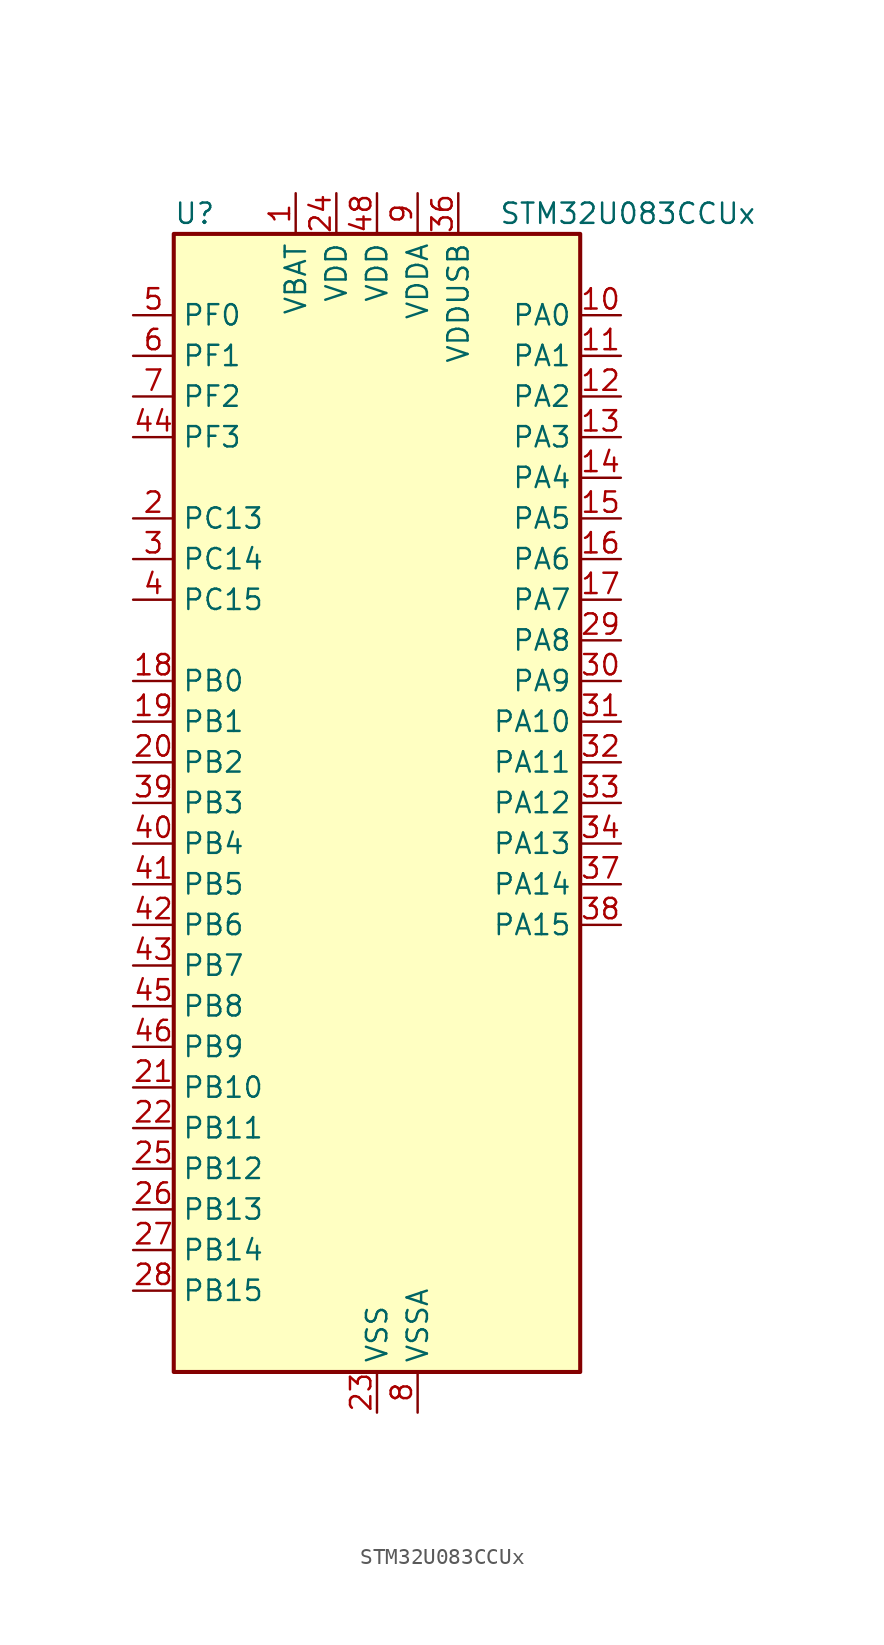
<source format=kicad_sym>
(kicad_symbol_lib
  (version 20241209)
  (generator "kicad_symbol_editor")
  (generator_version "9.0")
  (symbol "STM32U083CCUx"
    (property "Reference" "U"
      (at -12.7 36.83 0)
      (effects (font (size 1.27 1.27)) (justify left)))
    (property "Value" "STM32U083CCUx"
      (at 7.62 36.83 0)
      (effects (font (size 1.27 1.27)) (justify left)))
    (symbol "STM32U083CCUx_0_1"
      (rectangle (start -12.7 -35.56) (end 12.7 35.56) (stroke (width 0.254) (type default)) (fill (type background))))
    (symbol "STM32U083CCUx_1_1"
      (pin bidirectional line (at -15.24 30.48 0) (length 2.54) (name "PF0" (effects (font (size 1.27 1.27)))) (number "5" (effects (font (size 1.27 1.27)))) (alternate "RCC_OSC_IN" bidirectional line))
      (pin bidirectional line (at -15.24 27.94 0) (length 2.54) (name "PF1" (effects (font (size 1.27 1.27)))) (number "6" (effects (font (size 1.27 1.27)))) (alternate "RCC_OSC_EN" bidirectional line) (alternate "RCC_OSC_OUT" bidirectional line))
      (pin bidirectional line (at -15.24 25.4 0) (length 2.54) (name "PF2" (effects (font (size 1.27 1.27)))) (number "7" (effects (font (size 1.27 1.27)))) (alternate "RCC_MCO" bidirectional line))
      (pin bidirectional line (at -15.24 22.86 0) (length 2.54) (name "PF3" (effects (font (size 1.27 1.27)))) (number "44" (effects (font (size 1.27 1.27)))))
      (pin bidirectional line (at -15.24 17.78 0) (length 2.54) (name "PC13" (effects (font (size 1.27 1.27)))) (number "2" (effects (font (size 1.27 1.27)))) (alternate "LPTIM1_CH3" bidirectional line) (alternate "LPTIM3_CH3" bidirectional line) (alternate "PWR_WKUP2" bidirectional line) (alternate "RTC_OUT1" bidirectional line) (alternate "RTC_TS" bidirectional line) (alternate "TAMP_IN1" bidirectional line))
      (pin bidirectional line (at -15.24 15.24 0) (length 2.54) (name "PC14" (effects (font (size 1.27 1.27)))) (number "3" (effects (font (size 1.27 1.27)))) (alternate "RCC_OSC32_IN" bidirectional line))
      (pin bidirectional line (at -15.24 12.7 0) (length 2.54) (name "PC15" (effects (font (size 1.27 1.27)))) (number "4" (effects (font (size 1.27 1.27)))) (alternate "RCC_OSC32_EN" bidirectional line) (alternate "RCC_OSC32_OUT" bidirectional line) (alternate "RCC_OSC_EN" bidirectional line))
      (pin bidirectional line (at -15.24 7.62 0) (length 2.54) (name "PB0" (effects (font (size 1.27 1.27)))) (number "18" (effects (font (size 1.27 1.27)))) (alternate "ADC1_IN17" bidirectional line) (alternate "COMP1_OUT" bidirectional line) (alternate "LCD_SEG5" bidirectional line) (alternate "LPTIM3_CH1" bidirectional line) (alternate "LPUART2_CTS" bidirectional line) (alternate "SPI1_NSS" bidirectional line) (alternate "TIM1_CH2N" bidirectional line) (alternate "TIM3_CH3" bidirectional line) (alternate "TSC_G5_IO2" bidirectional line) (alternate "USART3_CK" bidirectional line))
      (pin bidirectional line (at -15.24 5.08 0) (length 2.54) (name "PB1" (effects (font (size 1.27 1.27)))) (number "19" (effects (font (size 1.27 1.27)))) (alternate "ADC1_IN18" bidirectional line) (alternate "COMP1_INM" bidirectional line) (alternate "LCD_SEG6" bidirectional line) (alternate "LPTIM2_IN1" bidirectional line) (alternate "LPTIM3_CH2" bidirectional line) (alternate "LPUART1_DE" bidirectional line) (alternate "LPUART1_RTS" bidirectional line) (alternate "LPUART2_DE" bidirectional line) (alternate "LPUART2_RTS" bidirectional line) (alternate "TIM1_CH3N" bidirectional line) (alternate "TIM3_CH4" bidirectional line) (alternate "TSC_SYNC" bidirectional line) (alternate "USART3_DE" bidirectional line) (alternate "USART3_RTS" bidirectional line))
      (pin bidirectional line (at -15.24 2.54 0) (length 2.54) (name "PB2" (effects (font (size 1.27 1.27)))) (number "20" (effects (font (size 1.27 1.27)))) (alternate "COMP1_INP" bidirectional line) (alternate "LCD_VLCD" bidirectional line) (alternate "LPTIM1_CH1" bidirectional line) (alternate "RTC_OUT2" bidirectional line))
      (pin bidirectional line (at -15.24 0 0) (length 2.54) (name "PB3" (effects (font (size 1.27 1.27)))) (number "39" (effects (font (size 1.27 1.27)))) (alternate "COMP2_INM" bidirectional line) (alternate "DEBUG_JTDO-SWO" bidirectional line) (alternate "I2C2_SCL" bidirectional line) (alternate "I2C3_SCL" bidirectional line) (alternate "LCD_SEG7" bidirectional line) (alternate "LPTIM1_CH3" bidirectional line) (alternate "SPI1_SCK" bidirectional line) (alternate "SPI3_SCK" bidirectional line) (alternate "TIM2_CH2" bidirectional line) (alternate "USART1_DE" bidirectional line) (alternate "USART1_RTS" bidirectional line))
      (pin bidirectional line (at -15.24 -2.54 0) (length 2.54) (name "PB4" (effects (font (size 1.27 1.27)))) (number "40" (effects (font (size 1.27 1.27)))) (alternate "COMP2_INP" bidirectional line) (alternate "I2C2_SDA" bidirectional line) (alternate "I2C3_SDA" bidirectional line) (alternate "LCD_SEG8" bidirectional line) (alternate "LPTIM1_CH4" bidirectional line) (alternate "LPUART3_DE" bidirectional line) (alternate "LPUART3_RTS" bidirectional line) (alternate "SPI1_MISO" bidirectional line) (alternate "SPI3_MISO" bidirectional line) (alternate "TIM3_CH1" bidirectional line) (alternate "TSC_G2_IO1" bidirectional line) (alternate "USART1_CTS" bidirectional line))
      (pin bidirectional line (at -15.24 -5.08 0) (length 2.54) (name "PB5" (effects (font (size 1.27 1.27)))) (number "41" (effects (font (size 1.27 1.27)))) (alternate "COMP2_OUT" bidirectional line) (alternate "LCD_SEG9" bidirectional line) (alternate "LPTIM1_IN1" bidirectional line) (alternate "LPUART3_CTS" bidirectional line) (alternate "SPI1_MOSI" bidirectional line) (alternate "SPI3_MOSI" bidirectional line) (alternate "TIM16_BKIN" bidirectional line) (alternate "TIM3_CH2" bidirectional line) (alternate "TSC_G2_IO2" bidirectional line) (alternate "USART1_CK" bidirectional line))
      (pin bidirectional line (at -15.24 -7.62 0) (length 2.54) (name "PB6" (effects (font (size 1.27 1.27)))) (number "42" (effects (font (size 1.27 1.27)))) (alternate "COMP2_INP" bidirectional line) (alternate "I2C1_SCL" bidirectional line) (alternate "I2C2_SCL" bidirectional line) (alternate "I2C4_SCL" bidirectional line) (alternate "LPTIM1_ETR" bidirectional line) (alternate "LPUART2_TX" bidirectional line) (alternate "LPUART3_TX" bidirectional line) (alternate "TIM16_CH1N" bidirectional line) (alternate "TSC_G2_IO3" bidirectional line) (alternate "USART1_TX" bidirectional line))
      (pin bidirectional line (at -15.24 -10.16 0) (length 2.54) (name "PB7" (effects (font (size 1.27 1.27)))) (number "43" (effects (font (size 1.27 1.27)))) (alternate "COMP2_INM" bidirectional line) (alternate "I2C1_SDA" bidirectional line) (alternate "I2C2_SDA" bidirectional line) (alternate "I2C4_SDA" bidirectional line) (alternate "LCD_SEG21" bidirectional line) (alternate "LPTIM1_IN2" bidirectional line) (alternate "LPUART2_RX" bidirectional line) (alternate "LPUART3_RX" bidirectional line) (alternate "PWR_PVD_IN" bidirectional line) (alternate "TSC_G2_IO4" bidirectional line) (alternate "USART1_RX" bidirectional line) (alternate "USART4_CTS" bidirectional line))
      (pin bidirectional line (at -15.24 -12.7 0) (length 2.54) (name "PB8" (effects (font (size 1.27 1.27)))) (number "45" (effects (font (size 1.27 1.27)))) (alternate "I2C1_SCL" bidirectional line) (alternate "I2C2_SCL" bidirectional line) (alternate "LCD_SEG16" bidirectional line) (alternate "LPTIM1_IN2" bidirectional line) (alternate "LPTIM3_IN2" bidirectional line) (alternate "TIM16_CH1" bidirectional line) (alternate "USART3_TX" bidirectional line))
      (pin bidirectional line (at -15.24 -15.24 0) (length 2.54) (name "PB9" (effects (font (size 1.27 1.27)))) (number "46" (effects (font (size 1.27 1.27)))) (alternate "DAC1_EXTI9" bidirectional line) (alternate "I2C1_SDA" bidirectional line) (alternate "I2C2_SDA" bidirectional line) (alternate "IR_OUT" bidirectional line) (alternate "LCD_COM3" bidirectional line) (alternate "LPTIM1_CH4" bidirectional line) (alternate "LPTIM3_CH4" bidirectional line) (alternate "SPI2_NSS" bidirectional line) (alternate "USART3_RX" bidirectional line))
      (pin bidirectional line (at -15.24 -17.78 0) (length 2.54) (name "PB10" (effects (font (size 1.27 1.27)))) (number "21" (effects (font (size 1.27 1.27)))) (alternate "COMP1_OUT" bidirectional line) (alternate "I2C2_SCL" bidirectional line) (alternate "I2C4_SCL" bidirectional line) (alternate "LCD_SEG10" bidirectional line) (alternate "LPTIM3_CH1" bidirectional line) (alternate "LPUART1_RX" bidirectional line) (alternate "LPUART2_RX" bidirectional line) (alternate "SPI2_SCK" bidirectional line) (alternate "TIM2_CH3" bidirectional line) (alternate "TSC_G5_IO3" bidirectional line) (alternate "USART3_TX" bidirectional line))
      (pin bidirectional line (at -15.24 -20.32 0) (length 2.54) (name "PB11" (effects (font (size 1.27 1.27)))) (number "22" (effects (font (size 1.27 1.27)))) (alternate "ADC1_EXTI11" bidirectional line) (alternate "COMP2_OUT" bidirectional line) (alternate "I2C2_SDA" bidirectional line) (alternate "I2C4_SDA" bidirectional line) (alternate "LCD_SEG11" bidirectional line) (alternate "LPUART1_TX" bidirectional line) (alternate "LPUART2_TX" bidirectional line) (alternate "TIM2_CH4" bidirectional line) (alternate "TSC_G5_IO4" bidirectional line) (alternate "USART3_RX" bidirectional line))
      (pin bidirectional line (at -15.24 -22.86 0) (length 2.54) (name "PB12" (effects (font (size 1.27 1.27)))) (number "25" (effects (font (size 1.27 1.27)))) (alternate "LCD_SEG12" bidirectional line) (alternate "LPUART1_DE" bidirectional line) (alternate "LPUART1_RTS" bidirectional line) (alternate "SPI2_NSS" bidirectional line) (alternate "TIM15_BKIN" bidirectional line) (alternate "TIM1_BKIN" bidirectional line) (alternate "TSC_G1_IO1" bidirectional line) (alternate "USART3_CK" bidirectional line))
      (pin bidirectional line (at -15.24 -25.4 0) (length 2.54) (name "PB13" (effects (font (size 1.27 1.27)))) (number "26" (effects (font (size 1.27 1.27)))) (alternate "I2C2_SCL" bidirectional line) (alternate "LCD_SEG13" bidirectional line) (alternate "LPTIM3_IN1" bidirectional line) (alternate "LPUART1_CTS" bidirectional line) (alternate "SPI2_SCK" bidirectional line) (alternate "TIM15_CH1N" bidirectional line) (alternate "TIM1_CH1N" bidirectional line) (alternate "TSC_G1_IO2" bidirectional line) (alternate "USART3_CTS" bidirectional line))
      (pin bidirectional line (at -15.24 -27.94 0) (length 2.54) (name "PB14" (effects (font (size 1.27 1.27)))) (number "27" (effects (font (size 1.27 1.27)))) (alternate "I2C2_SDA" bidirectional line) (alternate "LCD_SEG14" bidirectional line) (alternate "LPTIM3_ETR" bidirectional line) (alternate "SPI2_MISO" bidirectional line) (alternate "TIM15_CH1" bidirectional line) (alternate "TIM1_CH2N" bidirectional line) (alternate "TSC_G1_IO3" bidirectional line) (alternate "USART3_DE" bidirectional line) (alternate "USART3_RTS" bidirectional line))
      (pin bidirectional line (at -15.24 -30.48 0) (length 2.54) (name "PB15" (effects (font (size 1.27 1.27)))) (number "28" (effects (font (size 1.27 1.27)))) (alternate "LCD_SEG15" bidirectional line) (alternate "PWR_WKUP7" bidirectional line) (alternate "RTC_REFIN" bidirectional line) (alternate "SPI2_MOSI" bidirectional line) (alternate "TAMP_IN3" bidirectional line) (alternate "TIM15_CH2" bidirectional line) (alternate "TIM1_CH3N" bidirectional line) (alternate "TSC_G1_IO4" bidirectional line))
      (pin power_in line (at -5.08 38.1 270) (length 2.54) (name "VBAT" (effects (font (size 1.27 1.27)))) (number "1" (effects (font (size 1.27 1.27)))))
      (pin power_in line (at -2.54 38.1 270) (length 2.54) (name "VDD" (effects (font (size 1.27 1.27)))) (number "24" (effects (font (size 1.27 1.27)))))
      (pin power_in line (at 0 38.1 270) (length 2.54) (name "VDD" (effects (font (size 1.27 1.27)))) (number "48" (effects (font (size 1.27 1.27)))))
      (pin power_in line (at 0 -38.1 90) (length 2.54) (name "VSS" (effects (font (size 1.27 1.27)))) (number "23" (effects (font (size 1.27 1.27)))))
      (pin passive line (at 0 -38.1 90) (length 2.54) (hide yes) (name "VSS" (effects (font (size 1.27 1.27)))) (number "35" (effects (font (size 1.27 1.27)))))
      (pin passive line (at 0 -38.1 90) (length 2.54) (hide yes) (name "VSS" (effects (font (size 1.27 1.27)))) (number "47" (effects (font (size 1.27 1.27)))))
      (pin passive line (at 0 -38.1 90) (length 2.54) (hide yes) (name "VSS" (effects (font (size 1.27 1.27)))) (number "49" (effects (font (size 1.27 1.27)))))
      (pin power_in line (at 2.54 38.1 270) (length 2.54) (name "VDDA" (effects (font (size 1.27 1.27)))) (number "9" (effects (font (size 1.27 1.27)))))
      (pin power_in line (at 2.54 -38.1 90) (length 2.54) (name "VSSA" (effects (font (size 1.27 1.27)))) (number "8" (effects (font (size 1.27 1.27)))))
      (pin power_in line (at 5.08 38.1 270) (length 2.54) (name "VDDUSB" (effects (font (size 1.27 1.27)))) (number "36" (effects (font (size 1.27 1.27)))))
      (pin bidirectional line (at 15.24 30.48 180) (length 2.54) (name "PA0" (effects (font (size 1.27 1.27)))) (number "10" (effects (font (size 1.27 1.27)))) (alternate "ADC1_IN4" bidirectional line) (alternate "COMP1_INM" bidirectional line) (alternate "COMP1_OUT" bidirectional line) (alternate "LCD_SEG42" bidirectional line) (alternate "OPAMP1_VINP" bidirectional line) (alternate "PWR_WKUP1" bidirectional line) (alternate "TAMP_IN2" bidirectional line) (alternate "TIM2_CH1" bidirectional line) (alternate "TIM2_ETR" bidirectional line) (alternate "USART2_CTS" bidirectional line) (alternate "USART4_TX" bidirectional line))
      (pin bidirectional line (at 15.24 27.94 180) (length 2.54) (name "PA1" (effects (font (size 1.27 1.27)))) (number "11" (effects (font (size 1.27 1.27)))) (alternate "ADC1_IN5" bidirectional line) (alternate "COMP1_INP" bidirectional line) (alternate "LCD_SEG0" bidirectional line) (alternate "LPTIM1_CH2" bidirectional line) (alternate "OPAMP1_VINM" bidirectional line) (alternate "PWR_WKUP3" bidirectional line) (alternate "SPI1_SCK" bidirectional line) (alternate "SPI2_SCK" bidirectional line) (alternate "TAMP_IN5" bidirectional line) (alternate "TIM15_CH1N" bidirectional line) (alternate "TIM2_CH2" bidirectional line) (alternate "USART2_DE" bidirectional line) (alternate "USART2_RTS" bidirectional line) (alternate "USART4_RX" bidirectional line))
      (pin bidirectional line (at 15.24 25.4 180) (length 2.54) (name "PA2" (effects (font (size 1.27 1.27)))) (number "12" (effects (font (size 1.27 1.27)))) (alternate "ADC1_IN6" bidirectional line) (alternate "COMP2_INM" bidirectional line) (alternate "COMP2_OUT" bidirectional line) (alternate "LCD_SEG1" bidirectional line) (alternate "LPUART1_TX" bidirectional line) (alternate "PWR_WKUP4" bidirectional line) (alternate "RCC_LSCO" bidirectional line) (alternate "TIM15_CH1" bidirectional line) (alternate "TIM2_CH3" bidirectional line) (alternate "USART2_TX" bidirectional line))
      (pin bidirectional line (at 15.24 22.86 180) (length 2.54) (name "PA3" (effects (font (size 1.27 1.27)))) (number "13" (effects (font (size 1.27 1.27)))) (alternate "ADC1_IN7" bidirectional line) (alternate "COMP2_INP" bidirectional line) (alternate "LCD_SEG2" bidirectional line) (alternate "LPUART1_RX" bidirectional line) (alternate "OPAMP1_VOUT" bidirectional line) (alternate "TIM15_CH2" bidirectional line) (alternate "TIM2_CH4" bidirectional line) (alternate "USART2_RX" bidirectional line))
      (pin bidirectional line (at 15.24 20.32 180) (length 2.54) (name "PA4" (effects (font (size 1.27 1.27)))) (number "14" (effects (font (size 1.27 1.27)))) (alternate "ADC1_IN8" bidirectional line) (alternate "COMP1_INM" bidirectional line) (alternate "COMP2_INM" bidirectional line) (alternate "DAC1_OUT1" bidirectional line) (alternate "LCD_SEG43" bidirectional line) (alternate "LPTIM2_CH1" bidirectional line) (alternate "LPUART3_TX" bidirectional line) (alternate "SPI1_NSS" bidirectional line) (alternate "SPI3_NSS" bidirectional line) (alternate "USART2_CK" bidirectional line))
      (pin bidirectional line (at 15.24 17.78 180) (length 2.54) (name "PA5" (effects (font (size 1.27 1.27)))) (number "15" (effects (font (size 1.27 1.27)))) (alternate "ADC1_IN9" bidirectional line) (alternate "COMP1_INM" bidirectional line) (alternate "COMP2_INM" bidirectional line) (alternate "LCD_SEG44" bidirectional line) (alternate "LPTIM2_ETR" bidirectional line) (alternate "LPUART3_RX" bidirectional line) (alternate "SPI1_SCK" bidirectional line) (alternate "TIM2_CH1" bidirectional line) (alternate "TIM2_ETR" bidirectional line) (alternate "USART3_TX" bidirectional line))
      (pin bidirectional line (at 15.24 15.24 180) (length 2.54) (name "PA6" (effects (font (size 1.27 1.27)))) (number "16" (effects (font (size 1.27 1.27)))) (alternate "ADC1_IN10" bidirectional line) (alternate "COMP1_OUT" bidirectional line) (alternate "I2C2_SDA" bidirectional line) (alternate "I2C3_SDA" bidirectional line) (alternate "LCD_SEG3" bidirectional line) (alternate "LPUART1_CTS" bidirectional line) (alternate "SPI1_MISO" bidirectional line) (alternate "TIM16_CH1" bidirectional line) (alternate "TIM1_BKIN" bidirectional line) (alternate "TIM3_CH1" bidirectional line) (alternate "TSC_G5_IO1" bidirectional line) (alternate "USART3_CTS" bidirectional line))
      (pin bidirectional line (at 15.24 12.7 180) (length 2.54) (name "PA7" (effects (font (size 1.27 1.27)))) (number "17" (effects (font (size 1.27 1.27)))) (alternate "ADC1_IN14" bidirectional line) (alternate "COMP2_OUT" bidirectional line) (alternate "I2C2_SCL" bidirectional line) (alternate "I2C3_SCL" bidirectional line) (alternate "LCD_SEG4" bidirectional line) (alternate "LPTIM2_CH2" bidirectional line) (alternate "SPI1_MOSI" bidirectional line) (alternate "TIM1_CH1N" bidirectional line) (alternate "TIM3_CH2" bidirectional line) (alternate "USART3_RX" bidirectional line))
      (pin bidirectional line (at 15.24 10.16 180) (length 2.54) (name "PA8" (effects (font (size 1.27 1.27)))) (number "29" (effects (font (size 1.27 1.27)))) (alternate "LCD_COM0" bidirectional line) (alternate "LPTIM2_CH1" bidirectional line) (alternate "RCC_MCO" bidirectional line) (alternate "RCC_MCO2" bidirectional line) (alternate "TIM1_CH1" bidirectional line) (alternate "TSC_G7_IO1" bidirectional line) (alternate "USART1_CK" bidirectional line))
      (pin bidirectional line (at 15.24 7.62 180) (length 2.54) (name "PA9" (effects (font (size 1.27 1.27)))) (number "30" (effects (font (size 1.27 1.27)))) (alternate "COMP1_INP" bidirectional line) (alternate "DAC1_EXTI9" bidirectional line) (alternate "I2C1_SCL" bidirectional line) (alternate "I2C2_SCL" bidirectional line) (alternate "LCD_COM1" bidirectional line) (alternate "RCC_MCO" bidirectional line) (alternate "TIM15_BKIN" bidirectional line) (alternate "TIM1_CH2" bidirectional line) (alternate "TSC_G7_IO2" bidirectional line) (alternate "USART1_TX" bidirectional line))
      (pin bidirectional line (at 15.24 5.08 180) (length 2.54) (name "PA10" (effects (font (size 1.27 1.27)))) (number "31" (effects (font (size 1.27 1.27)))) (alternate "CRS_SYNC" bidirectional line) (alternate "I2C1_SDA" bidirectional line) (alternate "I2C2_SDA" bidirectional line) (alternate "LCD_COM2" bidirectional line) (alternate "RCC_MCO2" bidirectional line) (alternate "SPI2_NSS" bidirectional line) (alternate "TIM1_CH3" bidirectional line) (alternate "TSC_G7_IO3" bidirectional line) (alternate "USART1_RX" bidirectional line))
      (pin bidirectional line (at 15.24 2.54 180) (length 2.54) (name "PA11" (effects (font (size 1.27 1.27)))) (number "32" (effects (font (size 1.27 1.27)))) (alternate "ADC1_EXTI11" bidirectional line) (alternate "COMP1_OUT" bidirectional line) (alternate "SPI1_MISO" bidirectional line) (alternate "SPI2_MISO" bidirectional line) (alternate "TIM1_BKIN2" bidirectional line) (alternate "TIM1_CH4" bidirectional line) (alternate "USART1_CTS" bidirectional line) (alternate "USB_DM" bidirectional line))
      (pin bidirectional line (at 15.24 0 180) (length 2.54) (name "PA12" (effects (font (size 1.27 1.27)))) (number "33" (effects (font (size 1.27 1.27)))) (alternate "SPI1_MOSI" bidirectional line) (alternate "SPI2_MOSI" bidirectional line) (alternate "TIM1_ETR" bidirectional line) (alternate "USART1_DE" bidirectional line) (alternate "USART1_RTS" bidirectional line) (alternate "USB_DP" bidirectional line))
      (pin bidirectional line (at 15.24 -2.54 180) (length 2.54) (name "PA13" (effects (font (size 1.27 1.27)))) (number "34" (effects (font (size 1.27 1.27)))) (alternate "DEBUG_JTMS-SWDIO" bidirectional line) (alternate "IR_OUT" bidirectional line) (alternate "LCD_SEG40" bidirectional line) (alternate "TSC_G7_IO4" bidirectional line) (alternate "USB_NOE" bidirectional line))
      (pin bidirectional line (at 15.24 -5.08 180) (length 2.54) (name "PA14" (effects (font (size 1.27 1.27)))) (number "37" (effects (font (size 1.27 1.27)))) (alternate "DEBUG_JTCK-SWCLK" bidirectional line) (alternate "LCD_SEG41" bidirectional line) (alternate "LPTIM1_CH1" bidirectional line) (alternate "TSC_G3_IO4" bidirectional line))
      (pin bidirectional line (at 15.24 -7.62 180) (length 2.54) (name "PA15" (effects (font (size 1.27 1.27)))) (number "38" (effects (font (size 1.27 1.27)))) (alternate "DEBUG_JTDI" bidirectional line) (alternate "LCD_SEG17" bidirectional line) (alternate "LPTIM3_CH3" bidirectional line) (alternate "LPTIM3_IN2" bidirectional line) (alternate "SPI1_NSS" bidirectional line) (alternate "SPI3_NSS" bidirectional line) (alternate "TIM2_CH1" bidirectional line) (alternate "TIM2_ETR" bidirectional line) (alternate "TSC_G3_IO1" bidirectional line) (alternate "USART2_RX" bidirectional line) (alternate "USART3_DE" bidirectional line) (alternate "USART3_RTS" bidirectional line) (alternate "USART4_DE" bidirectional line) (alternate "USART4_RTS" bidirectional line)))))
</source>
